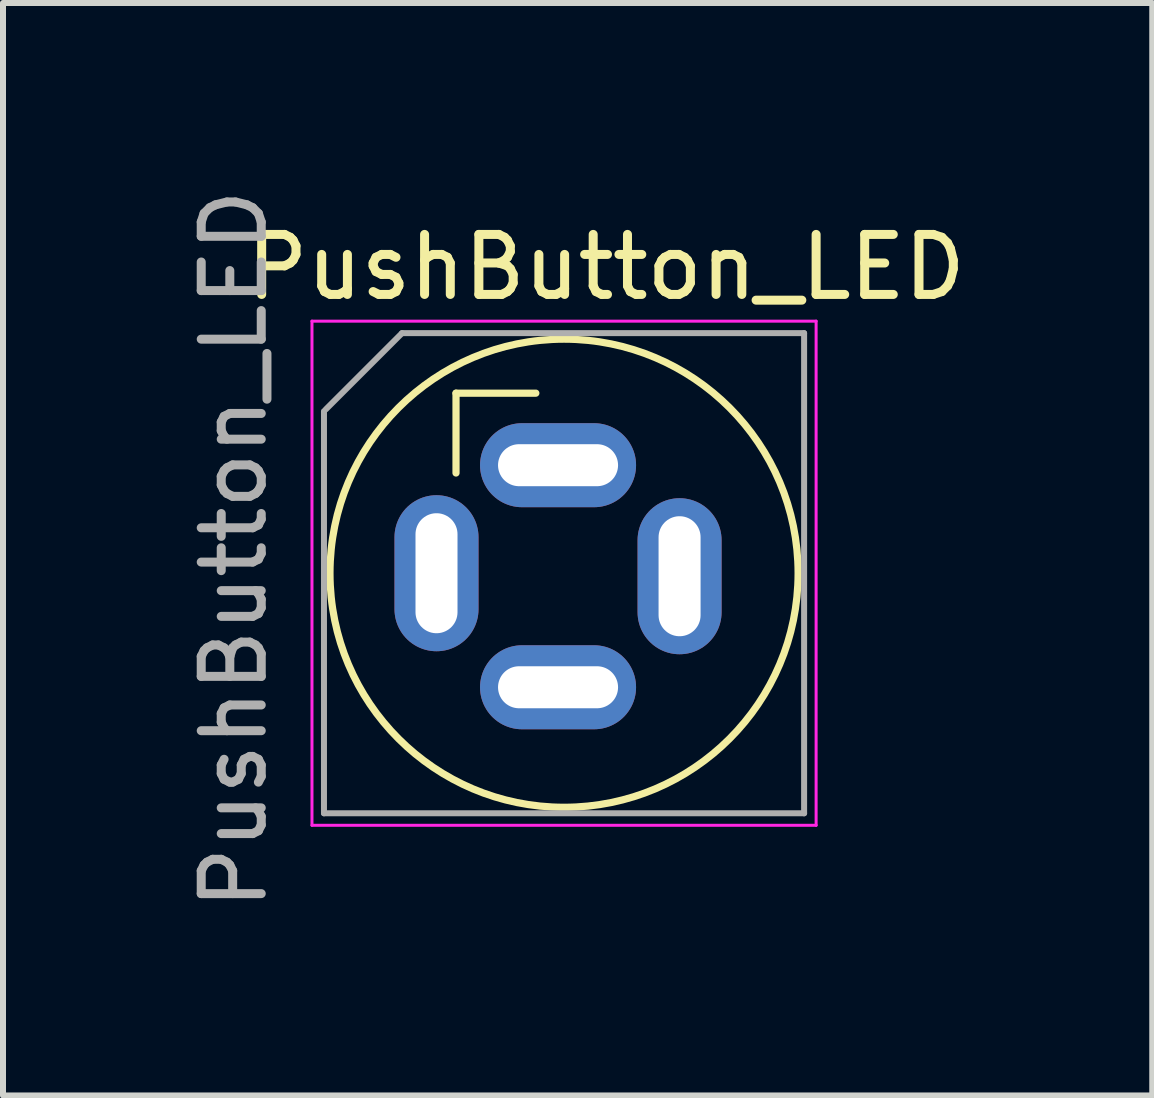
<source format=kicad_pcb>
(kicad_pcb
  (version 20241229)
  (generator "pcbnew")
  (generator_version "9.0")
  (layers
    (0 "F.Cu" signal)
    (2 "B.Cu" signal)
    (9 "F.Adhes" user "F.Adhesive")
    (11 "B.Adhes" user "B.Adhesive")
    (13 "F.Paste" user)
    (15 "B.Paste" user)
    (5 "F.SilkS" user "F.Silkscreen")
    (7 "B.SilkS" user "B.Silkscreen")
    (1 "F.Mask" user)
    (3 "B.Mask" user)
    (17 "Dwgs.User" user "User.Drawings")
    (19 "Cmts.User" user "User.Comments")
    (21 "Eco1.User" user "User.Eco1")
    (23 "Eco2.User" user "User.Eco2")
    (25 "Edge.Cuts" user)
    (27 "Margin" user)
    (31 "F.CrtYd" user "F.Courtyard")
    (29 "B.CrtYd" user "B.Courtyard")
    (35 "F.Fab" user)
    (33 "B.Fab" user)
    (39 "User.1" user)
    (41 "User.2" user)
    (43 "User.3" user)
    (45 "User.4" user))
  (footprint "PushButton_LED"
    (layer "F.Cu")
    (at 6.248 4.701)
    (property "Reference" "PushButton_LED" (at 0.8 -3.3 0) (layer "F.SilkS") (effects (font (size 1 1) (thickness 0.15))))
    (attr through_hole)
    (fp_line (start -1.7 -1.2) (end -0.37 -1.2) (stroke (width 0.12) (type solid)) (layer "F.SilkS"))
    (fp_line (start -1.7 0.13) (end -1.7 -1.2) (stroke (width 0.12) (type solid)) (layer "F.SilkS"))
    (fp_circle (center 0.1 1.8) (end 4 1.8) (stroke (width 0.12) (type solid)) (fill no) (layer "F.SilkS"))
    (fp_line (start -4.1 -2.4) (end -4.1 6) (stroke (width 0.05) (type solid)) (layer "F.CrtYd"))
    (fp_line (start -4.1 6) (end 4.3 6) (stroke (width 0.05) (type solid)) (layer "F.CrtYd"))
    (fp_line (start 4.3 -2.4) (end -4.1 -2.4) (stroke (width 0.05) (type solid)) (layer "F.CrtYd"))
    (fp_line (start 4.3 6) (end 4.3 -2.4) (stroke (width 0.05) (type solid)) (layer "F.CrtYd"))
    (fp_line (start -3.9 5.8) (end -3.9 -0.9) (stroke (width 0.1) (type solid)) (layer "F.Fab"))
    (fp_line (start -3.87 -0.93) (end -2.6 -2.2) (stroke (width 0.1) (type solid)) (layer "F.Fab"))
    (fp_line (start -2.6 -2.2) (end 4.1 -2.2) (stroke (width 0.1) (type solid)) (layer "F.Fab"))
    (fp_line (start 4.1 -2.2) (end 4.1 5.8) (stroke (width 0.1) (type solid)) (layer "F.Fab"))
    (fp_line (start 4.1 5.8) (end -3.9 5.8) (stroke (width 0.1) (type solid)) (layer "F.Fab"))
    (fp_text user "${REFERENCE}" (at -5.4 1.4 90) (layer "F.Fab") (effects (font (size 1 1) (thickness 0.15))))
    (pad "1" thru_hole oval (at 0 0) (size 2.6 1.4) (drill oval 2 0.7) (layers "*.Cu" "*.Mask"))
    (pad "2" thru_hole oval (at 0 3.7) (size 2.6 1.4) (drill oval 2 0.7) (layers "*.Cu" "*.Mask"))
    (pad "3" thru_hole oval (at -2.025 1.8) (size 1.4 2.6) (drill oval 0.7 2) (layers "*.Cu" "*.Mask"))
    (pad "4" thru_hole oval (at 2.025 1.85) (size 1.4 2.6) (drill oval 0.7 2) (layers "*.Cu" "*.Mask")))
  (gr_rect
    (start -3 -3)
    (end 16.149 15.202)
    (stroke (width 0.1) (type default))
    (fill no)
    (layer "Edge.Cuts")))
</source>
